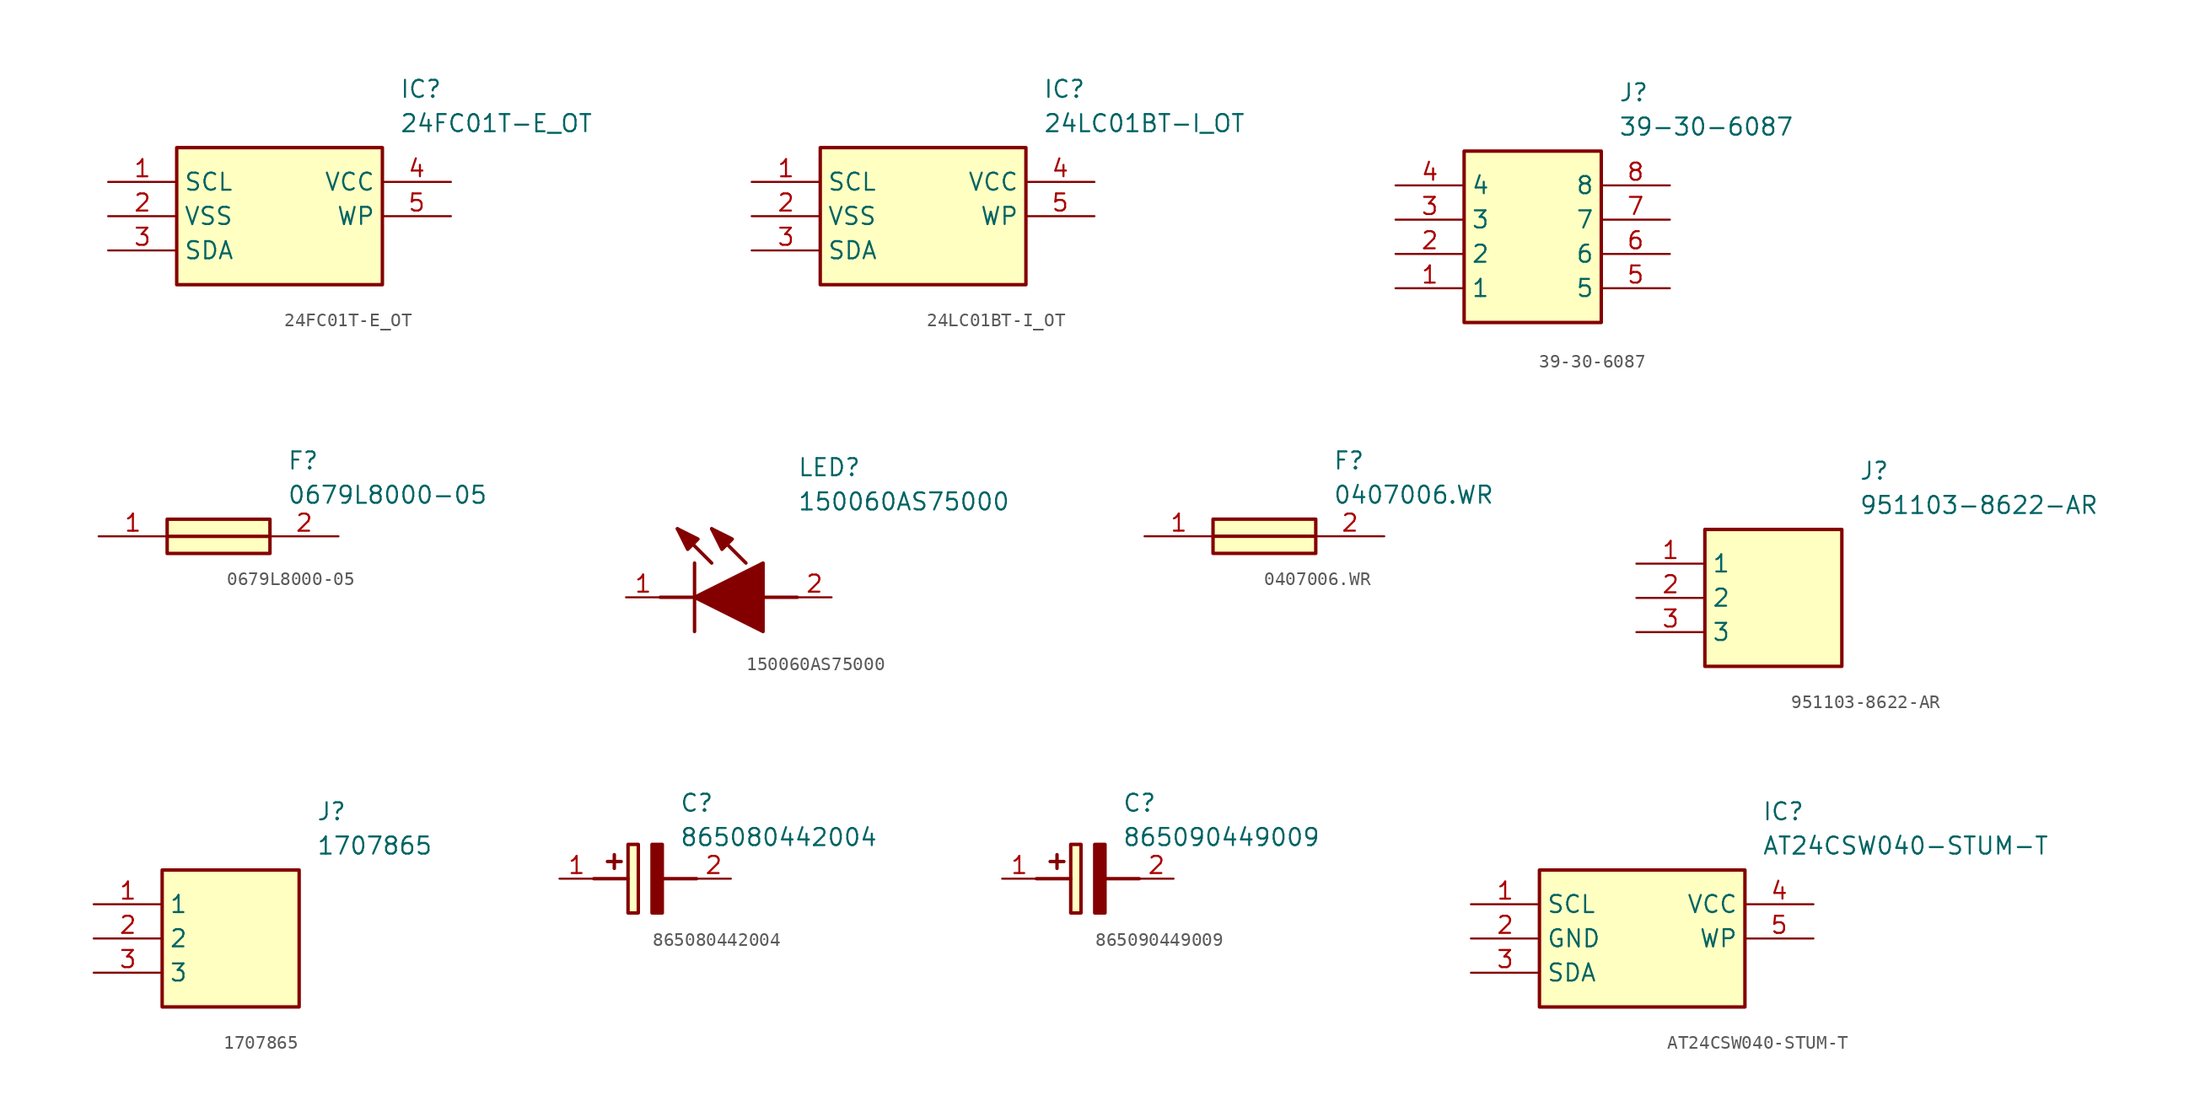
<source format=kicad_sym>
(kicad_symbol_lib
  (version 20231120)
  (generator "kicad_symbol_editor")
  (generator_version "8.0")
  (symbol "24FC01T-E_OT"
    (property "Reference" "IC"
      (at 21.59 7.62 0)
      (effects (font (size 1.27 1.27)) (justify left top)))
    (property "Value" "24FC01T-E_OT"
      (at 21.59 5.08 0)
      (effects (font (size 1.27 1.27)) (justify left top)))
    (symbol "24FC01T-E_OT_1_1"
      (rectangle (start 5.08 2.54) (end 20.32 -7.62) (stroke (width 0.254) (type default)) (fill (type background)))
      (pin passive line (at 0 0 0) (length 5.08) (name "SCL" (effects (font (size 1.27 1.27)))) (number "1" (effects (font (size 1.27 1.27)))))
      (pin passive line (at 0 -2.54 0) (length 5.08) (name "VSS" (effects (font (size 1.27 1.27)))) (number "2" (effects (font (size 1.27 1.27)))))
      (pin passive line (at 0 -5.08 0) (length 5.08) (name "SDA" (effects (font (size 1.27 1.27)))) (number "3" (effects (font (size 1.27 1.27)))))
      (pin passive line (at 25.4 0 180) (length 5.08) (name "VCC" (effects (font (size 1.27 1.27)))) (number "4" (effects (font (size 1.27 1.27)))))
      (pin passive line (at 25.4 -2.54 180) (length 5.08) (name "WP" (effects (font (size 1.27 1.27)))) (number "5" (effects (font (size 1.27 1.27)))))))
  (symbol "24LC01BT-I_OT"
    (property "Reference" "IC"
      (at 21.59 7.62 0)
      (effects (font (size 1.27 1.27)) (justify left top)))
    (property "Value" "24LC01BT-I_OT"
      (at 21.59 5.08 0)
      (effects (font (size 1.27 1.27)) (justify left top)))
    (symbol "24LC01BT-I_OT_1_1"
      (rectangle (start 5.08 2.54) (end 20.32 -7.62) (stroke (width 0.254) (type default)) (fill (type background)))
      (pin passive line (at 0 0 0) (length 5.08) (name "SCL" (effects (font (size 1.27 1.27)))) (number "1" (effects (font (size 1.27 1.27)))))
      (pin passive line (at 0 -2.54 0) (length 5.08) (name "VSS" (effects (font (size 1.27 1.27)))) (number "2" (effects (font (size 1.27 1.27)))))
      (pin passive line (at 0 -5.08 0) (length 5.08) (name "SDA" (effects (font (size 1.27 1.27)))) (number "3" (effects (font (size 1.27 1.27)))))
      (pin passive line (at 25.4 0 180) (length 5.08) (name "VCC" (effects (font (size 1.27 1.27)))) (number "4" (effects (font (size 1.27 1.27)))))
      (pin passive line (at 25.4 -2.54 180) (length 5.08) (name "WP" (effects (font (size 1.27 1.27)))) (number "5" (effects (font (size 1.27 1.27)))))))
  (symbol "39-30-6087"
    (property "Reference" "J"
      (at 16.51 7.62 0)
      (effects (font (size 1.27 1.27)) (justify left top)))
    (property "Value" "39-30-6087"
      (at 16.51 5.08 0)
      (effects (font (size 1.27 1.27)) (justify left top)))
    (rectangle
      (start 5.08 2.54)
      (end 15.24 -10.16)
      (stroke (width 0.254) (type default))
      (fill (type background)))
    (pin passive line
      (at 0 -7.62 0)
      (length 5.08)
      (name "1" (effects (font (size 1.27 1.27))))
      (number "1" (effects (font (size 1.27 1.27)))))
    (pin passive line
      (at 0 -5.08 0)
      (length 5.08)
      (name "2" (effects (font (size 1.27 1.27))))
      (number "2" (effects (font (size 1.27 1.27)))))
    (pin passive line
      (at 0 -2.54 0)
      (length 5.08)
      (name "3" (effects (font (size 1.27 1.27))))
      (number "3" (effects (font (size 1.27 1.27)))))
    (pin passive line
      (at 0 0 0)
      (length 5.08)
      (name "4" (effects (font (size 1.27 1.27))))
      (number "4" (effects (font (size 1.27 1.27)))))
    (pin passive line
      (at 20.32 -7.62 180)
      (length 5.08)
      (name "5" (effects (font (size 1.27 1.27))))
      (number "5" (effects (font (size 1.27 1.27)))))
    (pin passive line
      (at 20.32 -5.08 180)
      (length 5.08)
      (name "6" (effects (font (size 1.27 1.27))))
      (number "6" (effects (font (size 1.27 1.27)))))
    (pin passive line
      (at 20.32 -2.54 180)
      (length 5.08)
      (name "7" (effects (font (size 1.27 1.27))))
      (number "7" (effects (font (size 1.27 1.27)))))
    (pin passive line
      (at 20.32 0 180)
      (length 5.08)
      (name "8" (effects (font (size 1.27 1.27))))
      (number "8" (effects (font (size 1.27 1.27))))))
  (symbol "0679L8000-05"
    (pin_names hide)
    (property "Reference" "F"
      (at 13.97 6.35 0)
      (effects (font (size 1.27 1.27)) (justify left top)))
    (property "Value" "0679L8000-05"
      (at 13.97 3.81 0)
      (effects (font (size 1.27 1.27)) (justify left top)))
    (rectangle
      (start 5.08 1.27)
      (end 12.7 -1.27)
      (stroke (width 0.254) (type default))
      (fill (type background)))
    (polyline
      (pts (xy 5.08 0) (xy 12.7 0))
      (stroke (width 0.254) (type default))
      (fill (type none)))
    (pin passive line
      (at 0 0 0)
      (length 5.08)
      (name "1" (effects (font (size 1.27 1.27))))
      (number "1" (effects (font (size 1.27 1.27)))))
    (pin passive line
      (at 17.78 0 180)
      (length 5.08)
      (name "2" (effects (font (size 1.27 1.27))))
      (number "2" (effects (font (size 1.27 1.27))))))
  (symbol "150060AS75000"
    (pin_names hide)
    (property "Reference" "LED"
      (at 12.7 8.89 0)
      (effects (font (size 1.27 1.27)) (justify left bottom)))
    (property "Value" "150060AS75000"
      (at 12.7 6.35 0)
      (effects (font (size 1.27 1.27)) (justify left bottom)))
    (symbol "150060AS75000_1_1"
      (polyline (pts (xy 2.54 0) (xy 5.08 0)) (stroke (width 0.254) (type default)) (fill (type none)))
      (polyline (pts (xy 5.08 2.54) (xy 5.08 -2.54)) (stroke (width 0.254) (type default)) (fill (type none)))
      (polyline (pts (xy 6.35 2.54) (xy 3.81 5.08)) (stroke (width 0.254) (type default)) (fill (type none)))
      (polyline (pts (xy 8.89 2.54) (xy 6.35 5.08)) (stroke (width 0.254) (type default)) (fill (type none)))
      (polyline (pts (xy 10.16 0) (xy 12.7 0)) (stroke (width 0.254) (type default)) (fill (type none)))
      (polyline (pts (xy 5.08 0) (xy 10.16 2.54) (xy 10.16 -2.54) (xy 5.08 0)) (stroke (width 0.254) (type default)) (fill (type outline)))
      (polyline (pts (xy 5.334 4.318) (xy 4.572 3.556) (xy 3.81 5.08) (xy 5.334 4.318)) (stroke (width 0.254) (type default)) (fill (type outline)))
      (polyline (pts (xy 7.874 4.318) (xy 7.112 3.556) (xy 6.35 5.08) (xy 7.874 4.318)) (stroke (width 0.254) (type default)) (fill (type outline)))
      (pin passive line (at 0 0 0) (length 2.54) (name "K" (effects (font (size 1.27 1.27)))) (number "1" (effects (font (size 1.27 1.27)))))
      (pin passive line (at 15.24 0 180) (length 2.54) (name "A" (effects (font (size 1.27 1.27)))) (number "2" (effects (font (size 1.27 1.27)))))))
  (symbol "0407006.WR"
    (pin_names hide)
    (property "Reference" "F"
      (at 13.97 6.35 0)
      (effects (font (size 1.27 1.27)) (justify left top)))
    (property "Value" "0407006.WR"
      (at 13.97 3.81 0)
      (effects (font (size 1.27 1.27)) (justify left top)))
    (symbol "0407006.WR_1_1"
      (polyline (pts (xy 5.08 0) (xy 12.7 0)) (stroke (width 0.254) (type default)) (fill (type none)))
      (rectangle (start 5.08 1.27) (end 12.7 -1.27) (stroke (width 0.254) (type default)) (fill (type background)))
      (pin passive line (at 0 0 0) (length 5.08) (name "1" (effects (font (size 1.27 1.27)))) (number "1" (effects (font (size 1.27 1.27)))))
      (pin passive line (at 17.78 0 180) (length 5.08) (name "2" (effects (font (size 1.27 1.27)))) (number "2" (effects (font (size 1.27 1.27)))))))
  (symbol "951103-8622-AR"
    (property "Reference" "J"
      (at 16.51 7.62 0)
      (effects (font (size 1.27 1.27)) (justify left top)))
    (property "Value" "951103-8622-AR"
      (at 16.51 5.08 0)
      (effects (font (size 1.27 1.27)) (justify left top)))
    (rectangle
      (start 5.08 2.54)
      (end 15.24 -7.62)
      (stroke (width 0.254) (type default))
      (fill (type background)))
    (pin passive line
      (at 0 0 0)
      (length 5.08)
      (name "1" (effects (font (size 1.27 1.27))))
      (number "1" (effects (font (size 1.27 1.27)))))
    (pin passive line
      (at 0 -2.54 0)
      (length 5.08)
      (name "2" (effects (font (size 1.27 1.27))))
      (number "2" (effects (font (size 1.27 1.27)))))
    (pin passive line
      (at 0 -5.08 0)
      (length 5.08)
      (name "3" (effects (font (size 1.27 1.27))))
      (number "3" (effects (font (size 1.27 1.27))))))
  (symbol "1707865"
    (property "Reference" "J"
      (at 16.51 7.62 0)
      (effects (font (size 1.27 1.27)) (justify left top)))
    (property "Value" "1707865"
      (at 16.51 5.08 0)
      (effects (font (size 1.27 1.27)) (justify left top)))
    (rectangle
      (start 5.08 2.54)
      (end 15.24 -7.62)
      (stroke (width 0.254) (type default))
      (fill (type background)))
    (pin passive line
      (at 0 0 0)
      (length 5.08)
      (name "1" (effects (font (size 1.27 1.27))))
      (number "1" (effects (font (size 1.27 1.27)))))
    (pin passive line
      (at 0 -2.54 0)
      (length 5.08)
      (name "2" (effects (font (size 1.27 1.27))))
      (number "2" (effects (font (size 1.27 1.27)))))
    (pin passive line
      (at 0 -5.08 0)
      (length 5.08)
      (name "3" (effects (font (size 1.27 1.27))))
      (number "3" (effects (font (size 1.27 1.27))))))
  (symbol "865080442004"
    (pin_names hide)
    (property "Reference" "C"
      (at 8.89 6.35 0)
      (effects (font (size 1.27 1.27)) (justify left top)))
    (property "Value" "865080442004"
      (at 8.89 3.81 0)
      (effects (font (size 1.27 1.27)) (justify left top)))
    (rectangle
      (start 5.08 2.54)
      (end 5.842 -2.54)
      (stroke (width 0.254) (type default))
      (fill (type background)))
    (polyline
      (pts (xy 4.572 1.27) (xy 3.556 1.27))
      (stroke (width 0.254) (type default))
      (fill (type none)))
    (polyline
      (pts (xy 4.064 1.778) (xy 4.064 0.762))
      (stroke (width 0.254) (type default))
      (fill (type none)))
    (polyline
      (pts (xy 2.54 0) (xy 5.08 0))
      (stroke (width 0.254) (type default))
      (fill (type none)))
    (polyline
      (pts (xy 7.62 0) (xy 10.16 0))
      (stroke (width 0.254) (type default))
      (fill (type none)))
    (polyline
      (pts (xy 7.62 2.54) (xy 7.62 -2.54) (xy 6.858 -2.54) (xy 6.858 2.54) (xy 7.62 2.54))
      (stroke (width 0.254) (type default))
      (fill (type outline)))
    (pin passive line
      (at 0 0 0)
      (length 2.54)
      (name "+" (effects (font (size 1.27 1.27))))
      (number "1" (effects (font (size 1.27 1.27)))))
    (pin passive line
      (at 12.7 0 180)
      (length 2.54)
      (name "-" (effects (font (size 1.27 1.27))))
      (number "2" (effects (font (size 1.27 1.27))))))
  (symbol "865090449009"
    (pin_names hide)
    (property "Reference" "C"
      (at 8.89 6.35 0)
      (effects (font (size 1.27 1.27)) (justify left top)))
    (property "Value" "865090449009"
      (at 8.89 3.81 0)
      (effects (font (size 1.27 1.27)) (justify left top)))
    (symbol "865090449009_1_1"
      (polyline (pts (xy 2.54 0) (xy 5.08 0)) (stroke (width 0.254) (type default)) (fill (type none)))
      (polyline (pts (xy 4.064 1.778) (xy 4.064 0.762)) (stroke (width 0.254) (type default)) (fill (type none)))
      (polyline (pts (xy 4.572 1.27) (xy 3.556 1.27)) (stroke (width 0.254) (type default)) (fill (type none)))
      (polyline (pts (xy 7.62 0) (xy 10.16 0)) (stroke (width 0.254) (type default)) (fill (type none)))
      (polyline (pts (xy 7.62 2.54) (xy 7.62 -2.54) (xy 6.858 -2.54) (xy 6.858 2.54) (xy 7.62 2.54)) (stroke (width 0.254) (type default)) (fill (type outline)))
      (rectangle (start 5.08 2.54) (end 5.842 -2.54) (stroke (width 0.254) (type default)) (fill (type background)))
      (pin passive line (at 0 0 0) (length 2.54) (name "+" (effects (font (size 1.27 1.27)))) (number "1" (effects (font (size 1.27 1.27)))))
      (pin passive line (at 12.7 0 180) (length 2.54) (name "-" (effects (font (size 1.27 1.27)))) (number "2" (effects (font (size 1.27 1.27)))))))
  (symbol "AT24CSW040-STUM-T"
    (property "Reference" "IC"
      (at 21.59 7.62 0)
      (effects (font (size 1.27 1.27)) (justify left top)))
    (property "Value" "AT24CSW040-STUM-T"
      (at 21.59 5.08 0)
      (effects (font (size 1.27 1.27)) (justify left top)))
    (symbol "AT24CSW040-STUM-T_1_1"
      (rectangle (start 5.08 2.54) (end 20.32 -7.62) (stroke (width 0.254) (type default)) (fill (type background)))
      (pin passive line (at 0 0 0) (length 5.08) (name "SCL" (effects (font (size 1.27 1.27)))) (number "1" (effects (font (size 1.27 1.27)))))
      (pin passive line (at 0 -2.54 0) (length 5.08) (name "GND" (effects (font (size 1.27 1.27)))) (number "2" (effects (font (size 1.27 1.27)))))
      (pin passive line (at 0 -5.08 0) (length 5.08) (name "SDA" (effects (font (size 1.27 1.27)))) (number "3" (effects (font (size 1.27 1.27)))))
      (pin passive line (at 25.4 0 180) (length 5.08) (name "VCC" (effects (font (size 1.27 1.27)))) (number "4" (effects (font (size 1.27 1.27)))))
      (pin passive line (at 25.4 -2.54 180) (length 5.08) (name "WP" (effects (font (size 1.27 1.27)))) (number "5" (effects (font (size 1.27 1.27))))))))
</source>
